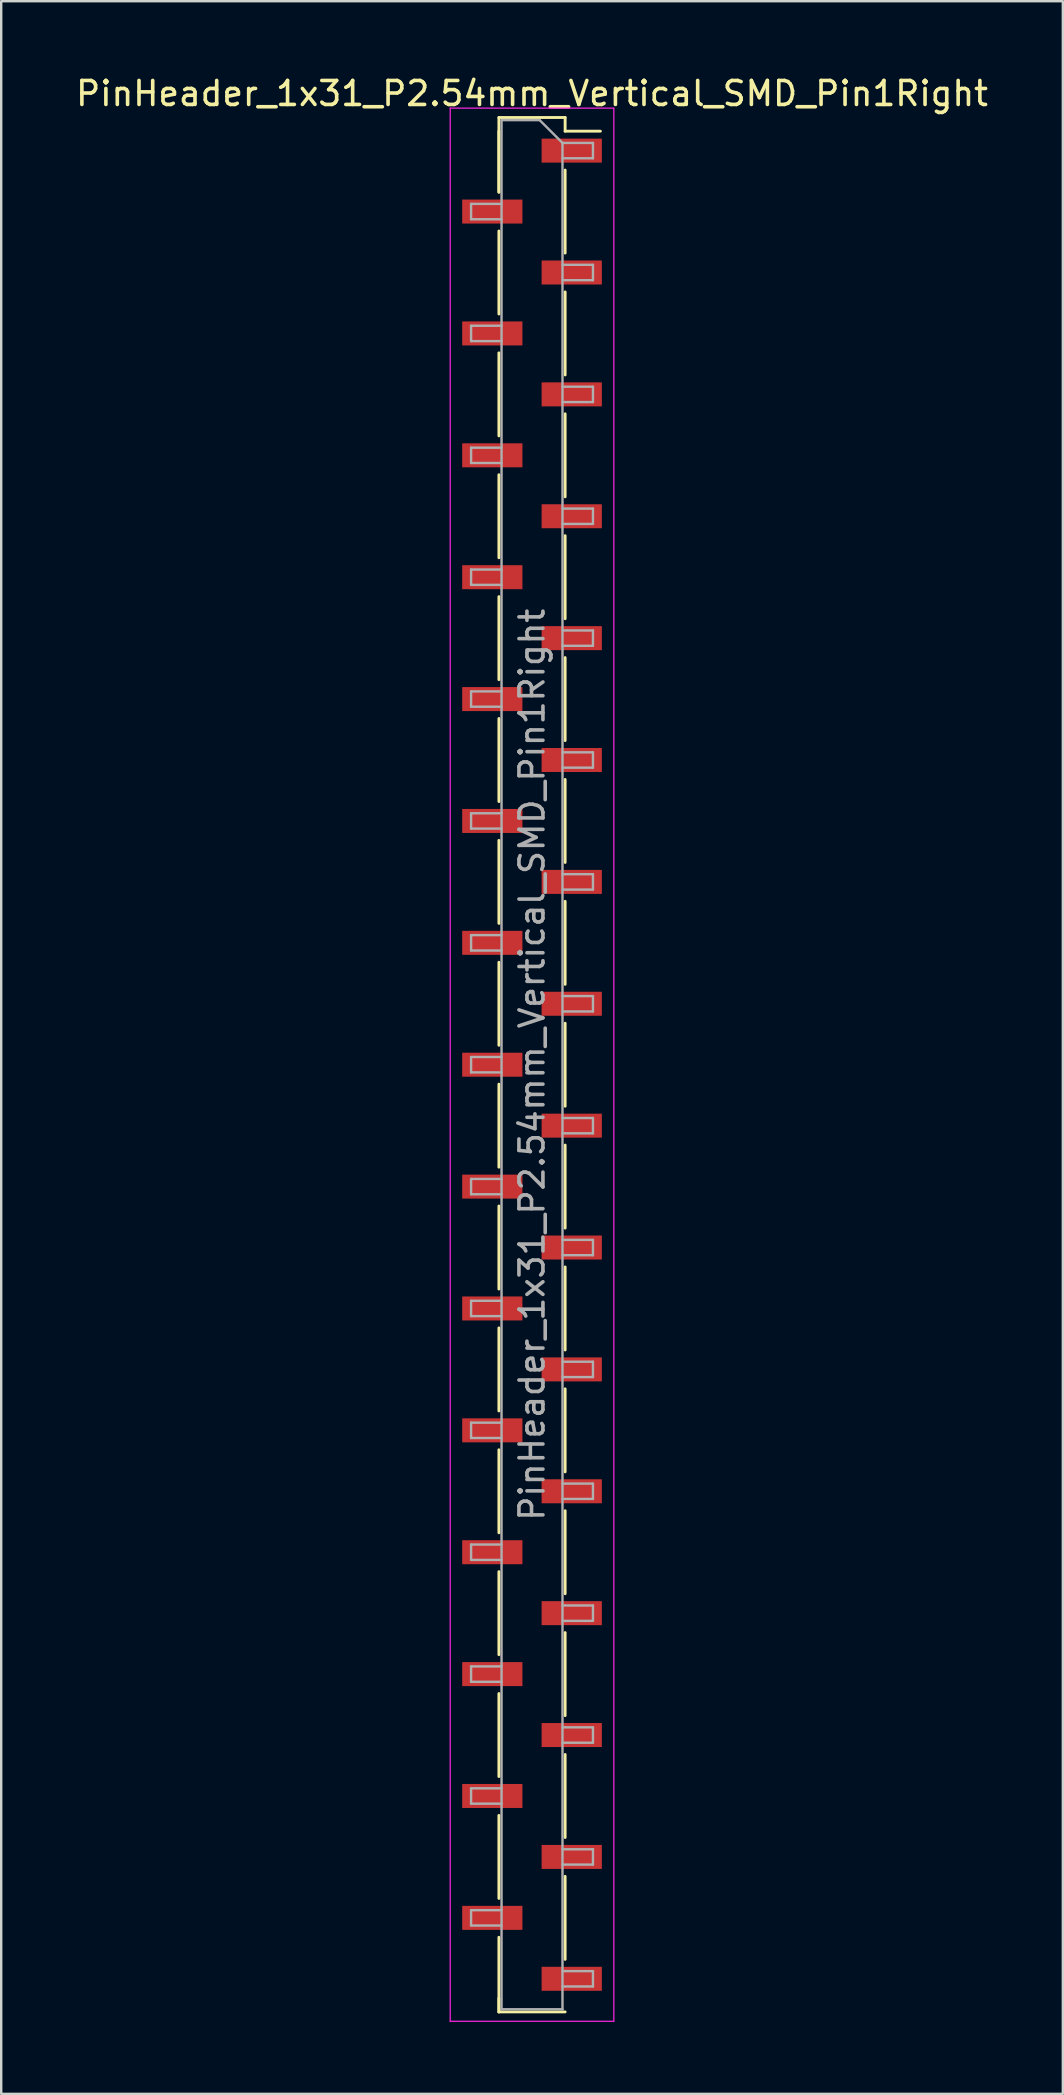
<source format=kicad_pcb>
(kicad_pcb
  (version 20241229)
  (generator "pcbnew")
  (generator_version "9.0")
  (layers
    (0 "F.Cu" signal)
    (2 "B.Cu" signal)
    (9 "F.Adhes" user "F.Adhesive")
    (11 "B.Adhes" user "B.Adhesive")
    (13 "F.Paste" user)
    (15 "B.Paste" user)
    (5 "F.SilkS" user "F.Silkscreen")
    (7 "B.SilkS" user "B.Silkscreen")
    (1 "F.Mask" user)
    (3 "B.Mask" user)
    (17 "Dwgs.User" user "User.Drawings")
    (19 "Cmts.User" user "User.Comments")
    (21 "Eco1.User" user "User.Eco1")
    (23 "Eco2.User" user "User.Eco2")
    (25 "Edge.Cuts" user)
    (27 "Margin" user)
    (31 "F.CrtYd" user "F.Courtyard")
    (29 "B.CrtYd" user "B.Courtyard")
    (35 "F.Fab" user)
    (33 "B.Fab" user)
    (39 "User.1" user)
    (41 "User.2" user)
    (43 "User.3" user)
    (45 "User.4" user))
  (footprint "PinHeader_1x31_P2.54mm_Vertical_SMD_Pin1Right"
    (layer "F.Cu")
    (at 19.125 41.328)
    (property "Reference" "PinHeader_1x31_P2.54mm_Vertical_SMD_Pin1Right" (at 0 -40.48 0) (layer "F.SilkS") (effects (font (size 1 1) (thickness 0.15))))
    (attr smd)
    (fp_line (start -1.38 -39.48) (end -1.38 -36.37) (stroke (width 0.12) (type solid)) (layer "F.SilkS"))
    (fp_line (start -1.38 -39.48) (end 1.38 -39.48) (stroke (width 0.12) (type solid)) (layer "F.SilkS"))
    (fp_line (start -1.38 -38.91) (end -1.38 -36.37) (stroke (width 0.12) (type solid)) (layer "F.SilkS"))
    (fp_line (start -1.38 -34.75) (end -1.38 -31.29) (stroke (width 0.12) (type solid)) (layer "F.SilkS"))
    (fp_line (start -1.38 -29.67) (end -1.38 -26.21) (stroke (width 0.12) (type solid)) (layer "F.SilkS"))
    (fp_line (start -1.38 -24.59) (end -1.38 -21.13) (stroke (width 0.12) (type solid)) (layer "F.SilkS"))
    (fp_line (start -1.38 -19.51) (end -1.38 -16.05) (stroke (width 0.12) (type solid)) (layer "F.SilkS"))
    (fp_line (start -1.38 -14.43) (end -1.38 -10.97) (stroke (width 0.12) (type solid)) (layer "F.SilkS"))
    (fp_line (start -1.38 -9.35) (end -1.38 -5.89) (stroke (width 0.12) (type solid)) (layer "F.SilkS"))
    (fp_line (start -1.38 -4.27) (end -1.38 -0.81) (stroke (width 0.12) (type solid)) (layer "F.SilkS"))
    (fp_line (start -1.38 0.81) (end -1.38 4.27) (stroke (width 0.12) (type solid)) (layer "F.SilkS"))
    (fp_line (start -1.38 5.89) (end -1.38 9.35) (stroke (width 0.12) (type solid)) (layer "F.SilkS"))
    (fp_line (start -1.38 10.97) (end -1.38 14.43) (stroke (width 0.12) (type solid)) (layer "F.SilkS"))
    (fp_line (start -1.38 16.05) (end -1.38 19.51) (stroke (width 0.12) (type solid)) (layer "F.SilkS"))
    (fp_line (start -1.38 21.13) (end -1.38 24.59) (stroke (width 0.12) (type solid)) (layer "F.SilkS"))
    (fp_line (start -1.38 26.21) (end -1.38 29.67) (stroke (width 0.12) (type solid)) (layer "F.SilkS"))
    (fp_line (start -1.38 31.29) (end -1.38 34.75) (stroke (width 0.12) (type solid)) (layer "F.SilkS"))
    (fp_line (start -1.38 36.37) (end -1.38 39.48) (stroke (width 0.12) (type solid)) (layer "F.SilkS"))
    (fp_line (start -1.38 38.91) (end -1.38 39.48) (stroke (width 0.12) (type solid)) (layer "F.SilkS"))
    (fp_line (start -1.38 39.48) (end 1.38 39.48) (stroke (width 0.12) (type solid)) (layer "F.SilkS"))
    (fp_line (start 1.38 -39.48) (end 1.38 -38.91) (stroke (width 0.12) (type solid)) (layer "F.SilkS"))
    (fp_line (start 1.38 -38.91) (end 2.85 -38.91) (stroke (width 0.12) (type solid)) (layer "F.SilkS"))
    (fp_line (start 1.38 -37.29) (end 1.38 -33.83) (stroke (width 0.12) (type solid)) (layer "F.SilkS"))
    (fp_line (start 1.38 -32.21) (end 1.38 -28.75) (stroke (width 0.12) (type solid)) (layer "F.SilkS"))
    (fp_line (start 1.38 -27.13) (end 1.38 -23.67) (stroke (width 0.12) (type solid)) (layer "F.SilkS"))
    (fp_line (start 1.38 -22.05) (end 1.38 -18.59) (stroke (width 0.12) (type solid)) (layer "F.SilkS"))
    (fp_line (start 1.38 -16.97) (end 1.38 -13.51) (stroke (width 0.12) (type solid)) (layer "F.SilkS"))
    (fp_line (start 1.38 -11.89) (end 1.38 -8.43) (stroke (width 0.12) (type solid)) (layer "F.SilkS"))
    (fp_line (start 1.38 -6.81) (end 1.38 -3.35) (stroke (width 0.12) (type solid)) (layer "F.SilkS"))
    (fp_line (start 1.38 -1.73) (end 1.38 1.73) (stroke (width 0.12) (type solid)) (layer "F.SilkS"))
    (fp_line (start 1.38 3.35) (end 1.38 6.81) (stroke (width 0.12) (type solid)) (layer "F.SilkS"))
    (fp_line (start 1.38 8.43) (end 1.38 11.89) (stroke (width 0.12) (type solid)) (layer "F.SilkS"))
    (fp_line (start 1.38 13.51) (end 1.38 16.97) (stroke (width 0.12) (type solid)) (layer "F.SilkS"))
    (fp_line (start 1.38 18.59) (end 1.38 22.05) (stroke (width 0.12) (type solid)) (layer "F.SilkS"))
    (fp_line (start 1.38 23.67) (end 1.38 27.13) (stroke (width 0.12) (type solid)) (layer "F.SilkS"))
    (fp_line (start 1.38 28.75) (end 1.38 32.21) (stroke (width 0.12) (type solid)) (layer "F.SilkS"))
    (fp_line (start 1.38 33.83) (end 1.38 37.29) (stroke (width 0.12) (type solid)) (layer "F.SilkS"))
    (fp_line (start -3.41 -39.87) (end -3.41 39.87) (stroke (width 0.05) (type solid)) (layer "F.CrtYd"))
    (fp_line (start -3.41 39.87) (end 3.41 39.87) (stroke (width 0.05) (type solid)) (layer "F.CrtYd"))
    (fp_line (start 3.41 -39.87) (end -3.41 -39.87) (stroke (width 0.05) (type solid)) (layer "F.CrtYd"))
    (fp_line (start 3.41 39.87) (end 3.41 -39.87) (stroke (width 0.05) (type solid)) (layer "F.CrtYd"))
    (fp_line (start -2.54 -35.88) (end -2.54 -35.24) (stroke (width 0.1) (type solid)) (layer "F.Fab"))
    (fp_line (start -2.54 -35.24) (end -1.27 -35.24) (stroke (width 0.1) (type solid)) (layer "F.Fab"))
    (fp_line (start -2.54 -30.8) (end -2.54 -30.16) (stroke (width 0.1) (type solid)) (layer "F.Fab"))
    (fp_line (start -2.54 -30.16) (end -1.27 -30.16) (stroke (width 0.1) (type solid)) (layer "F.Fab"))
    (fp_line (start -2.54 -25.72) (end -2.54 -25.08) (stroke (width 0.1) (type solid)) (layer "F.Fab"))
    (fp_line (start -2.54 -25.08) (end -1.27 -25.08) (stroke (width 0.1) (type solid)) (layer "F.Fab"))
    (fp_line (start -2.54 -20.64) (end -2.54 -20) (stroke (width 0.1) (type solid)) (layer "F.Fab"))
    (fp_line (start -2.54 -20) (end -1.27 -20) (stroke (width 0.1) (type solid)) (layer "F.Fab"))
    (fp_line (start -2.54 -15.56) (end -2.54 -14.92) (stroke (width 0.1) (type solid)) (layer "F.Fab"))
    (fp_line (start -2.54 -14.92) (end -1.27 -14.92) (stroke (width 0.1) (type solid)) (layer "F.Fab"))
    (fp_line (start -2.54 -10.48) (end -2.54 -9.84) (stroke (width 0.1) (type solid)) (layer "F.Fab"))
    (fp_line (start -2.54 -9.84) (end -1.27 -9.84) (stroke (width 0.1) (type solid)) (layer "F.Fab"))
    (fp_line (start -2.54 -5.4) (end -2.54 -4.76) (stroke (width 0.1) (type solid)) (layer "F.Fab"))
    (fp_line (start -2.54 -4.76) (end -1.27 -4.76) (stroke (width 0.1) (type solid)) (layer "F.Fab"))
    (fp_line (start -2.54 -0.32) (end -2.54 0.32) (stroke (width 0.1) (type solid)) (layer "F.Fab"))
    (fp_line (start -2.54 0.32) (end -1.27 0.32) (stroke (width 0.1) (type solid)) (layer "F.Fab"))
    (fp_line (start -2.54 4.76) (end -2.54 5.4) (stroke (width 0.1) (type solid)) (layer "F.Fab"))
    (fp_line (start -2.54 5.4) (end -1.27 5.4) (stroke (width 0.1) (type solid)) (layer "F.Fab"))
    (fp_line (start -2.54 9.84) (end -2.54 10.48) (stroke (width 0.1) (type solid)) (layer "F.Fab"))
    (fp_line (start -2.54 10.48) (end -1.27 10.48) (stroke (width 0.1) (type solid)) (layer "F.Fab"))
    (fp_line (start -2.54 14.92) (end -2.54 15.56) (stroke (width 0.1) (type solid)) (layer "F.Fab"))
    (fp_line (start -2.54 15.56) (end -1.27 15.56) (stroke (width 0.1) (type solid)) (layer "F.Fab"))
    (fp_line (start -2.54 20) (end -2.54 20.64) (stroke (width 0.1) (type solid)) (layer "F.Fab"))
    (fp_line (start -2.54 20.64) (end -1.27 20.64) (stroke (width 0.1) (type solid)) (layer "F.Fab"))
    (fp_line (start -2.54 25.08) (end -2.54 25.72) (stroke (width 0.1) (type solid)) (layer "F.Fab"))
    (fp_line (start -2.54 25.72) (end -1.27 25.72) (stroke (width 0.1) (type solid)) (layer "F.Fab"))
    (fp_line (start -2.54 30.16) (end -2.54 30.8) (stroke (width 0.1) (type solid)) (layer "F.Fab"))
    (fp_line (start -2.54 30.8) (end -1.27 30.8) (stroke (width 0.1) (type solid)) (layer "F.Fab"))
    (fp_line (start -2.54 35.24) (end -2.54 35.88) (stroke (width 0.1) (type solid)) (layer "F.Fab"))
    (fp_line (start -2.54 35.88) (end -1.27 35.88) (stroke (width 0.1) (type solid)) (layer "F.Fab"))
    (fp_line (start -1.27 -39.37) (end -1.27 39.37) (stroke (width 0.1) (type solid)) (layer "F.Fab"))
    (fp_line (start -1.27 -39.37) (end 0.32 -39.37) (stroke (width 0.1) (type solid)) (layer "F.Fab"))
    (fp_line (start -1.27 -35.88) (end -2.54 -35.88) (stroke (width 0.1) (type solid)) (layer "F.Fab"))
    (fp_line (start -1.27 -30.8) (end -2.54 -30.8) (stroke (width 0.1) (type solid)) (layer "F.Fab"))
    (fp_line (start -1.27 -25.72) (end -2.54 -25.72) (stroke (width 0.1) (type solid)) (layer "F.Fab"))
    (fp_line (start -1.27 -20.64) (end -2.54 -20.64) (stroke (width 0.1) (type solid)) (layer "F.Fab"))
    (fp_line (start -1.27 -15.56) (end -2.54 -15.56) (stroke (width 0.1) (type solid)) (layer "F.Fab"))
    (fp_line (start -1.27 -10.48) (end -2.54 -10.48) (stroke (width 0.1) (type solid)) (layer "F.Fab"))
    (fp_line (start -1.27 -5.4) (end -2.54 -5.4) (stroke (width 0.1) (type solid)) (layer "F.Fab"))
    (fp_line (start -1.27 -0.32) (end -2.54 -0.32) (stroke (width 0.1) (type solid)) (layer "F.Fab"))
    (fp_line (start -1.27 4.76) (end -2.54 4.76) (stroke (width 0.1) (type solid)) (layer "F.Fab"))
    (fp_line (start -1.27 9.84) (end -2.54 9.84) (stroke (width 0.1) (type solid)) (layer "F.Fab"))
    (fp_line (start -1.27 14.92) (end -2.54 14.92) (stroke (width 0.1) (type solid)) (layer "F.Fab"))
    (fp_line (start -1.27 20) (end -2.54 20) (stroke (width 0.1) (type solid)) (layer "F.Fab"))
    (fp_line (start -1.27 25.08) (end -2.54 25.08) (stroke (width 0.1) (type solid)) (layer "F.Fab"))
    (fp_line (start -1.27 30.16) (end -2.54 30.16) (stroke (width 0.1) (type solid)) (layer "F.Fab"))
    (fp_line (start -1.27 35.24) (end -2.54 35.24) (stroke (width 0.1) (type solid)) (layer "F.Fab"))
    (fp_line (start 1.27 -38.42) (end 0.32 -39.37) (stroke (width 0.1) (type solid)) (layer "F.Fab"))
    (fp_line (start 1.27 -38.42) (end 2.54 -38.42) (stroke (width 0.1) (type solid)) (layer "F.Fab"))
    (fp_line (start 1.27 -33.34) (end 2.54 -33.34) (stroke (width 0.1) (type solid)) (layer "F.Fab"))
    (fp_line (start 1.27 -28.26) (end 2.54 -28.26) (stroke (width 0.1) (type solid)) (layer "F.Fab"))
    (fp_line (start 1.27 -23.18) (end 2.54 -23.18) (stroke (width 0.1) (type solid)) (layer "F.Fab"))
    (fp_line (start 1.27 -18.1) (end 2.54 -18.1) (stroke (width 0.1) (type solid)) (layer "F.Fab"))
    (fp_line (start 1.27 -13.02) (end 2.54 -13.02) (stroke (width 0.1) (type solid)) (layer "F.Fab"))
    (fp_line (start 1.27 -7.94) (end 2.54 -7.94) (stroke (width 0.1) (type solid)) (layer "F.Fab"))
    (fp_line (start 1.27 -2.86) (end 2.54 -2.86) (stroke (width 0.1) (type solid)) (layer "F.Fab"))
    (fp_line (start 1.27 2.22) (end 2.54 2.22) (stroke (width 0.1) (type solid)) (layer "F.Fab"))
    (fp_line (start 1.27 7.3) (end 2.54 7.3) (stroke (width 0.1) (type solid)) (layer "F.Fab"))
    (fp_line (start 1.27 12.38) (end 2.54 12.38) (stroke (width 0.1) (type solid)) (layer "F.Fab"))
    (fp_line (start 1.27 17.46) (end 2.54 17.46) (stroke (width 0.1) (type solid)) (layer "F.Fab"))
    (fp_line (start 1.27 22.54) (end 2.54 22.54) (stroke (width 0.1) (type solid)) (layer "F.Fab"))
    (fp_line (start 1.27 27.62) (end 2.54 27.62) (stroke (width 0.1) (type solid)) (layer "F.Fab"))
    (fp_line (start 1.27 32.7) (end 2.54 32.7) (stroke (width 0.1) (type solid)) (layer "F.Fab"))
    (fp_line (start 1.27 37.78) (end 2.54 37.78) (stroke (width 0.1) (type solid)) (layer "F.Fab"))
    (fp_line (start 1.27 39.37) (end -1.27 39.37) (stroke (width 0.1) (type solid)) (layer "F.Fab"))
    (fp_line (start 1.27 39.37) (end 1.27 -38.42) (stroke (width 0.1) (type solid)) (layer "F.Fab"))
    (fp_line (start 2.54 -38.42) (end 2.54 -37.78) (stroke (width 0.1) (type solid)) (layer "F.Fab"))
    (fp_line (start 2.54 -37.78) (end 1.27 -37.78) (stroke (width 0.1) (type solid)) (layer "F.Fab"))
    (fp_line (start 2.54 -33.34) (end 2.54 -32.7) (stroke (width 0.1) (type solid)) (layer "F.Fab"))
    (fp_line (start 2.54 -32.7) (end 1.27 -32.7) (stroke (width 0.1) (type solid)) (layer "F.Fab"))
    (fp_line (start 2.54 -28.26) (end 2.54 -27.62) (stroke (width 0.1) (type solid)) (layer "F.Fab"))
    (fp_line (start 2.54 -27.62) (end 1.27 -27.62) (stroke (width 0.1) (type solid)) (layer "F.Fab"))
    (fp_line (start 2.54 -23.18) (end 2.54 -22.54) (stroke (width 0.1) (type solid)) (layer "F.Fab"))
    (fp_line (start 2.54 -22.54) (end 1.27 -22.54) (stroke (width 0.1) (type solid)) (layer "F.Fab"))
    (fp_line (start 2.54 -18.1) (end 2.54 -17.46) (stroke (width 0.1) (type solid)) (layer "F.Fab"))
    (fp_line (start 2.54 -17.46) (end 1.27 -17.46) (stroke (width 0.1) (type solid)) (layer "F.Fab"))
    (fp_line (start 2.54 -13.02) (end 2.54 -12.38) (stroke (width 0.1) (type solid)) (layer "F.Fab"))
    (fp_line (start 2.54 -12.38) (end 1.27 -12.38) (stroke (width 0.1) (type solid)) (layer "F.Fab"))
    (fp_line (start 2.54 -7.94) (end 2.54 -7.3) (stroke (width 0.1) (type solid)) (layer "F.Fab"))
    (fp_line (start 2.54 -7.3) (end 1.27 -7.3) (stroke (width 0.1) (type solid)) (layer "F.Fab"))
    (fp_line (start 2.54 -2.86) (end 2.54 -2.22) (stroke (width 0.1) (type solid)) (layer "F.Fab"))
    (fp_line (start 2.54 -2.22) (end 1.27 -2.22) (stroke (width 0.1) (type solid)) (layer "F.Fab"))
    (fp_line (start 2.54 2.22) (end 2.54 2.86) (stroke (width 0.1) (type solid)) (layer "F.Fab"))
    (fp_line (start 2.54 2.86) (end 1.27 2.86) (stroke (width 0.1) (type solid)) (layer "F.Fab"))
    (fp_line (start 2.54 7.3) (end 2.54 7.94) (stroke (width 0.1) (type solid)) (layer "F.Fab"))
    (fp_line (start 2.54 7.94) (end 1.27 7.94) (stroke (width 0.1) (type solid)) (layer "F.Fab"))
    (fp_line (start 2.54 12.38) (end 2.54 13.02) (stroke (width 0.1) (type solid)) (layer "F.Fab"))
    (fp_line (start 2.54 13.02) (end 1.27 13.02) (stroke (width 0.1) (type solid)) (layer "F.Fab"))
    (fp_line (start 2.54 17.46) (end 2.54 18.1) (stroke (width 0.1) (type solid)) (layer "F.Fab"))
    (fp_line (start 2.54 18.1) (end 1.27 18.1) (stroke (width 0.1) (type solid)) (layer "F.Fab"))
    (fp_line (start 2.54 22.54) (end 2.54 23.18) (stroke (width 0.1) (type solid)) (layer "F.Fab"))
    (fp_line (start 2.54 23.18) (end 1.27 23.18) (stroke (width 0.1) (type solid)) (layer "F.Fab"))
    (fp_line (start 2.54 27.62) (end 2.54 28.26) (stroke (width 0.1) (type solid)) (layer "F.Fab"))
    (fp_line (start 2.54 28.26) (end 1.27 28.26) (stroke (width 0.1) (type solid)) (layer "F.Fab"))
    (fp_line (start 2.54 32.7) (end 2.54 33.34) (stroke (width 0.1) (type solid)) (layer "F.Fab"))
    (fp_line (start 2.54 33.34) (end 1.27 33.34) (stroke (width 0.1) (type solid)) (layer "F.Fab"))
    (fp_line (start 2.54 37.78) (end 2.54 38.42) (stroke (width 0.1) (type solid)) (layer "F.Fab"))
    (fp_line (start 2.54 38.42) (end 1.27 38.42) (stroke (width 0.1) (type solid)) (layer "F.Fab"))
    (fp_text user "${REFERENCE}" (at 0 0 90) (layer "F.Fab") (effects (font (size 1 1) (thickness 0.15))))
    (pad "1" smd rect (at 1.655 -38.1) (size 2.51 1) (layers "F.Cu" "F.Mask" "F.Paste"))
    (pad "2" smd rect (at -1.655 -35.56) (size 2.51 1) (layers "F.Cu" "F.Mask" "F.Paste"))
    (pad "3" smd rect (at 1.655 -33.02) (size 2.51 1) (layers "F.Cu" "F.Mask" "F.Paste"))
    (pad "4" smd rect (at -1.655 -30.48) (size 2.51 1) (layers "F.Cu" "F.Mask" "F.Paste"))
    (pad "5" smd rect (at 1.655 -27.94) (size 2.51 1) (layers "F.Cu" "F.Mask" "F.Paste"))
    (pad "6" smd rect (at -1.655 -25.4) (size 2.51 1) (layers "F.Cu" "F.Mask" "F.Paste"))
    (pad "7" smd rect (at 1.655 -22.86) (size 2.51 1) (layers "F.Cu" "F.Mask" "F.Paste"))
    (pad "8" smd rect (at -1.655 -20.32) (size 2.51 1) (layers "F.Cu" "F.Mask" "F.Paste"))
    (pad "9" smd rect (at 1.655 -17.78) (size 2.51 1) (layers "F.Cu" "F.Mask" "F.Paste"))
    (pad "10" smd rect (at -1.655 -15.24) (size 2.51 1) (layers "F.Cu" "F.Mask" "F.Paste"))
    (pad "11" smd rect (at 1.655 -12.7) (size 2.51 1) (layers "F.Cu" "F.Mask" "F.Paste"))
    (pad "12" smd rect (at -1.655 -10.16) (size 2.51 1) (layers "F.Cu" "F.Mask" "F.Paste"))
    (pad "13" smd rect (at 1.655 -7.62) (size 2.51 1) (layers "F.Cu" "F.Mask" "F.Paste"))
    (pad "14" smd rect (at -1.655 -5.08) (size 2.51 1) (layers "F.Cu" "F.Mask" "F.Paste"))
    (pad "15" smd rect (at 1.655 -2.54) (size 2.51 1) (layers "F.Cu" "F.Mask" "F.Paste"))
    (pad "16" smd rect (at -1.655 0) (size 2.51 1) (layers "F.Cu" "F.Mask" "F.Paste"))
    (pad "17" smd rect (at 1.655 2.54) (size 2.51 1) (layers "F.Cu" "F.Mask" "F.Paste"))
    (pad "18" smd rect (at -1.655 5.08) (size 2.51 1) (layers "F.Cu" "F.Mask" "F.Paste"))
    (pad "19" smd rect (at 1.655 7.62) (size 2.51 1) (layers "F.Cu" "F.Mask" "F.Paste"))
    (pad "20" smd rect (at -1.655 10.16) (size 2.51 1) (layers "F.Cu" "F.Mask" "F.Paste"))
    (pad "21" smd rect (at 1.655 12.7) (size 2.51 1) (layers "F.Cu" "F.Mask" "F.Paste"))
    (pad "22" smd rect (at -1.655 15.24) (size 2.51 1) (layers "F.Cu" "F.Mask" "F.Paste"))
    (pad "23" smd rect (at 1.655 17.78) (size 2.51 1) (layers "F.Cu" "F.Mask" "F.Paste"))
    (pad "24" smd rect (at -1.655 20.32) (size 2.51 1) (layers "F.Cu" "F.Mask" "F.Paste"))
    (pad "25" smd rect (at 1.655 22.86) (size 2.51 1) (layers "F.Cu" "F.Mask" "F.Paste"))
    (pad "26" smd rect (at -1.655 25.4) (size 2.51 1) (layers "F.Cu" "F.Mask" "F.Paste"))
    (pad "27" smd rect (at 1.655 27.94) (size 2.51 1) (layers "F.Cu" "F.Mask" "F.Paste"))
    (pad "28" smd rect (at -1.655 30.48) (size 2.51 1) (layers "F.Cu" "F.Mask" "F.Paste"))
    (pad "29" smd rect (at 1.655 33.02) (size 2.51 1) (layers "F.Cu" "F.Mask" "F.Paste"))
    (pad "30" smd rect (at -1.655 35.56) (size 2.51 1) (layers "F.Cu" "F.Mask" "F.Paste"))
    (pad "31" smd rect (at 1.655 38.1) (size 2.51 1) (layers "F.Cu" "F.Mask" "F.Paste")))
  (gr_rect
    (start -3 -3)
    (end 41.25 84.223)
    (stroke (width 0.1) (type default))
    (fill no)
    (layer "Edge.Cuts")))
</source>
